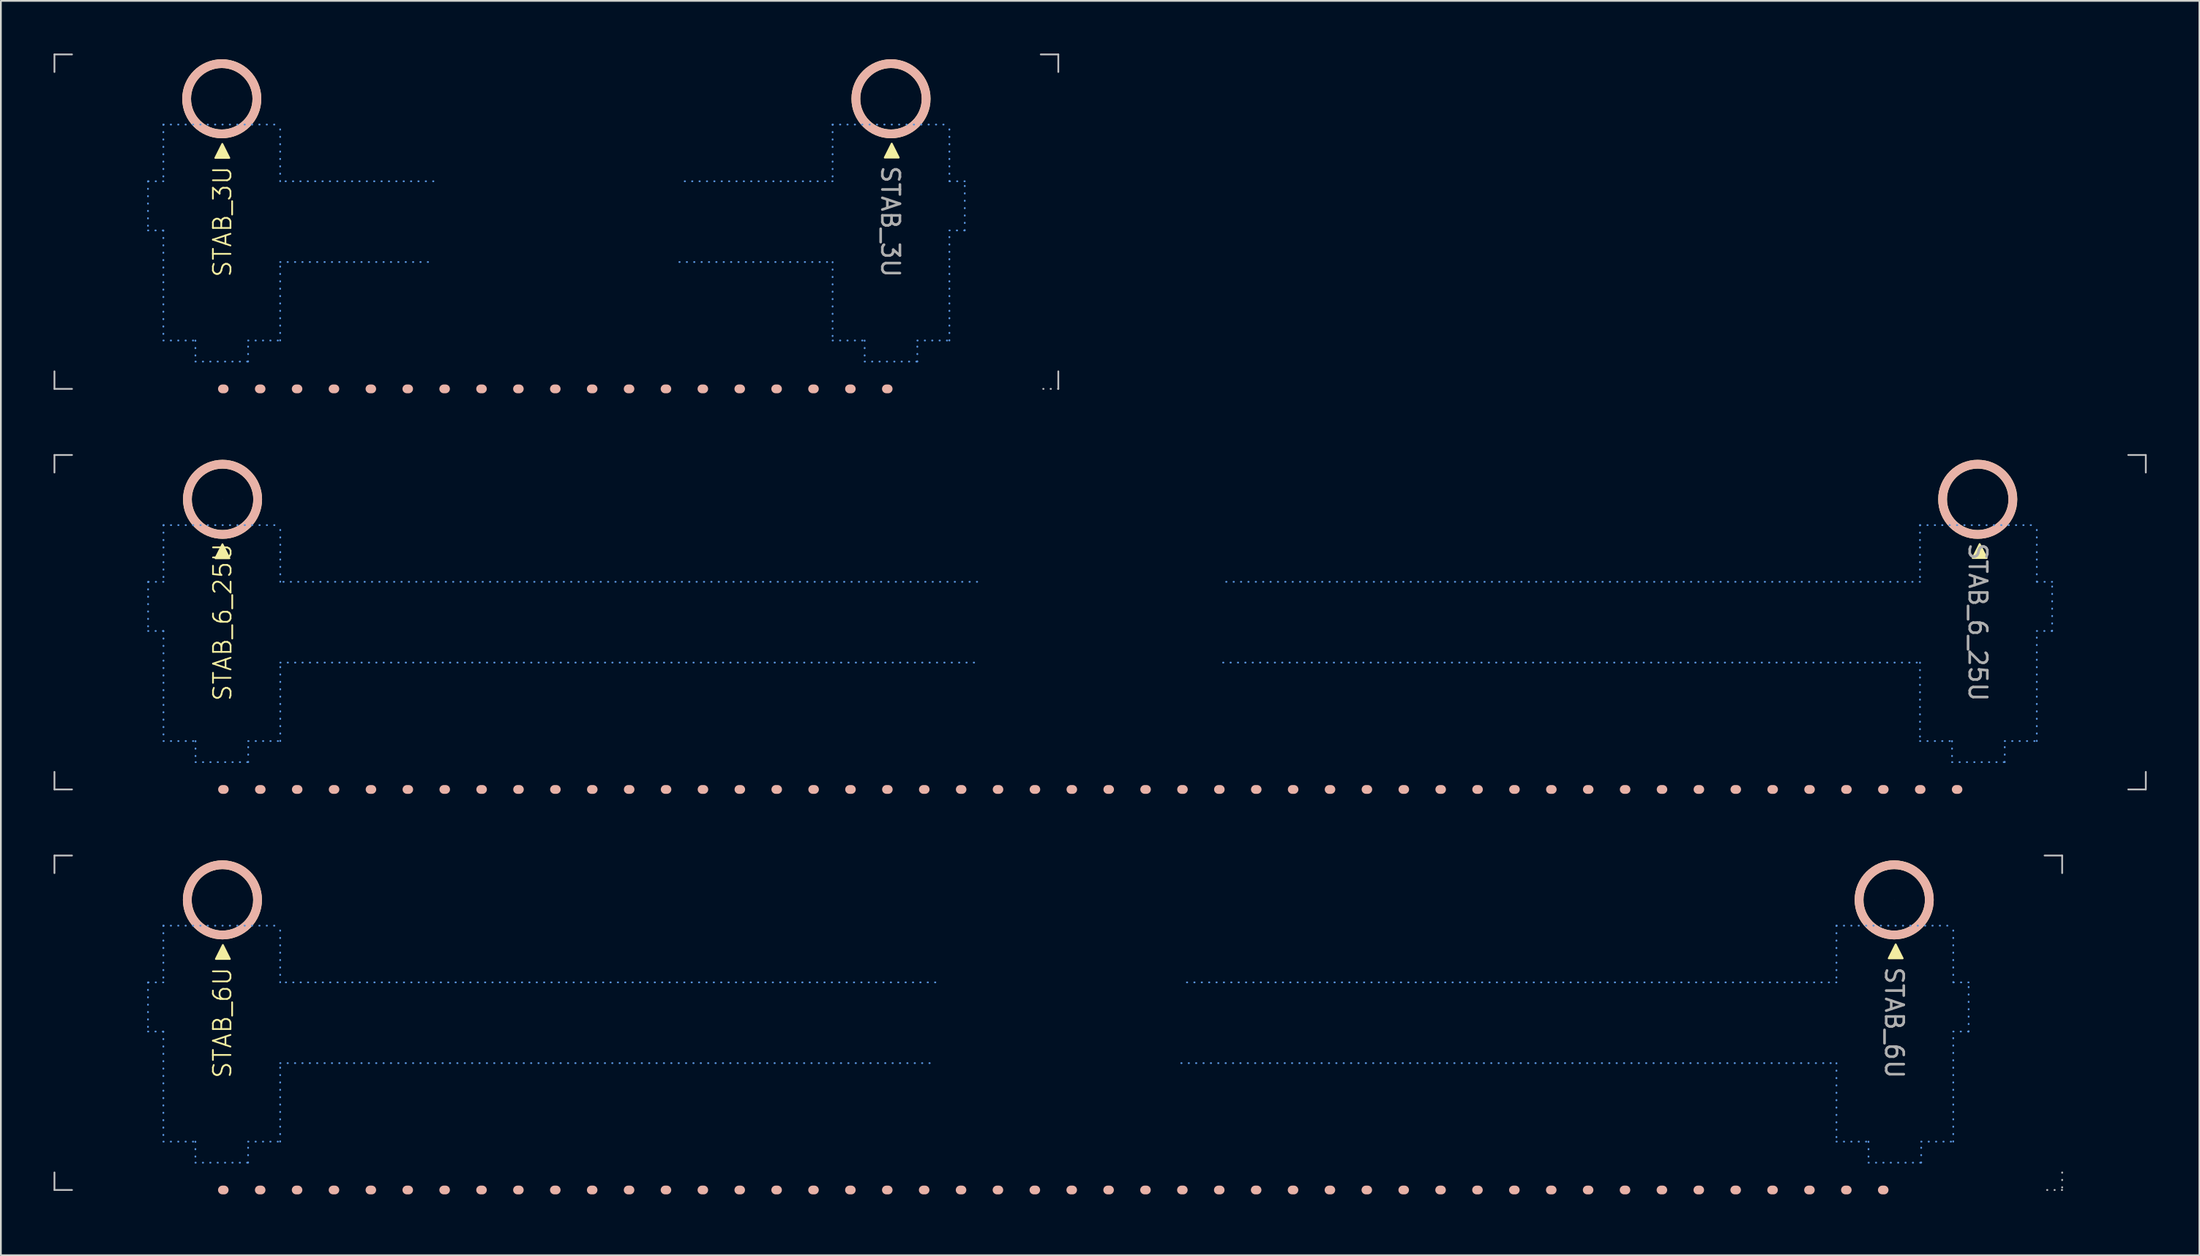
<source format=kicad_pcb>
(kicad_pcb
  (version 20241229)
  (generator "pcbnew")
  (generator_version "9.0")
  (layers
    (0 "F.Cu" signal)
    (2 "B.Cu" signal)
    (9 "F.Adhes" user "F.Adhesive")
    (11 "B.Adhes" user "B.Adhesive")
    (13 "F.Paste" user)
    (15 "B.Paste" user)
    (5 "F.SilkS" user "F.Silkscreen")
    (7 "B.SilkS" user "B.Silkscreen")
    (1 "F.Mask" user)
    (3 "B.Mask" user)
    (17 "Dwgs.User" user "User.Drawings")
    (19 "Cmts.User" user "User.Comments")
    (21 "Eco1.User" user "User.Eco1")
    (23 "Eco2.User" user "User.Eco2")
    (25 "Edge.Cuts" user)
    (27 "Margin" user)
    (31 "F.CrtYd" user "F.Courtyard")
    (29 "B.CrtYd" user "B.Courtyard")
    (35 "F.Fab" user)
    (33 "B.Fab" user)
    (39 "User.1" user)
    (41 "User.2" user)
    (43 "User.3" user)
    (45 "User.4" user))
  (footprint "STAB_3U"
    (layer "F.Cu")
    (at 28.625 9.575)
    (property "Reference" "STAB_3U" (at -19.012 0 90) (unlocked yes) (layer "F.SilkS") (effects (font (size 1 1) (thickness 0.1))))
    (attr through_hole)
    (fp_circle (center -19.05 -7) (end -17.05 -7) (stroke (width 0.5) (type solid)) (fill no) (layer "F.SilkS"))
    (fp_circle (center 19.05 -7) (end 21.05 -7) (stroke (width 0.5) (type solid)) (fill no) (layer "F.SilkS"))
    (fp_poly (pts (xy -19.019 -4.43) (xy -19.419 -3.63) (xy -18.619 -3.63)) (stroke (width 0.1) (type solid)) (fill yes) (layer "F.SilkS"))
    (fp_poly (pts (xy 19.092 -4.448) (xy 18.692 -3.648) (xy 19.492 -3.648)) (stroke (width 0.1) (type solid)) (fill yes) (layer "F.SilkS"))
    (fp_line (start -19.012 9.525) (end 19.012 9.525) (stroke (width 0.5) (type dot)) (layer "B.SilkS"))
    (fp_circle (center -19.05 -7) (end -17.05 -7) (stroke (width 0.5) (type solid)) (fill no) (layer "B.SilkS"))
    (fp_circle (center 19.05 -7) (end 21.05 -7) (stroke (width 0.5) (type solid)) (fill no) (layer "B.SilkS"))
    (fp_line (start -28.575 -9.525) (end -28.575 -8.525) (stroke (width 0.1) (type solid)) (layer "Dwgs.User"))
    (fp_line (start -28.575 8.525) (end -28.575 9.525) (stroke (width 0.1) (type solid)) (layer "Dwgs.User"))
    (fp_line (start -28.575 9.525) (end -27.575 9.525) (stroke (width 0.1) (type solid)) (layer "Dwgs.User"))
    (fp_line (start -27.575 -9.525) (end -28.575 -9.525) (stroke (width 0.1) (type solid)) (layer "Dwgs.User"))
    (fp_line (start 27.575 -9.525) (end 28.575 -9.525) (stroke (width 0.1) (type solid)) (layer "Dwgs.User"))
    (fp_line (start 28.575 -9.525) (end 28.575 -8.525) (stroke (width 0.1) (type solid)) (layer "Dwgs.User"))
    (fp_line (start 28.575 8.525) (end 28.575 9.525) (stroke (width 0.1) (type solid)) (layer "Dwgs.User"))
    (fp_line (start 28.575 9.525) (end 27.575 9.525) (stroke (width 0.1) (type dot)) (layer "Dwgs.User"))
    (fp_line (start -23.25 -2.3) (end -23.25 0.5) (stroke (width 0.1) (type dot)) (layer "Cmts.User"))
    (fp_line (start -23.25 0.5) (end -22.375 0.5) (stroke (width 0.1) (type dot)) (layer "Cmts.User"))
    (fp_line (start -22.375 -5.53) (end -22.375 -2.3) (stroke (width 0.1) (type dot)) (layer "Cmts.User"))
    (fp_line (start -22.375 -5.53) (end -15.725 -5.53) (stroke (width 0.1) (type dot)) (layer "Cmts.User"))
    (fp_line (start -22.375 -2.3) (end -23.25 -2.3) (stroke (width 0.1) (type dot)) (layer "Cmts.User"))
    (fp_line (start -22.375 0.5) (end -22.375 6.77) (stroke (width 0.1) (type dot)) (layer "Cmts.User"))
    (fp_line (start -22.375 6.77) (end -20.55 6.77) (stroke (width 0.1) (type dot)) (layer "Cmts.User"))
    (fp_line (start -20.55 6.77) (end -20.55 7.97) (stroke (width 0.1) (type dot)) (layer "Cmts.User"))
    (fp_line (start -20.55 7.97) (end -17.55 7.97) (stroke (width 0.1) (type dot)) (layer "Cmts.User"))
    (fp_line (start -17.55 6.77) (end -15.725 6.77) (stroke (width 0.1) (type dot)) (layer "Cmts.User"))
    (fp_line (start -17.55 7.97) (end -17.55 6.77) (stroke (width 0.1) (type dot)) (layer "Cmts.User"))
    (fp_line (start -15.725 -2.3) (end -15.725 -5.53) (stroke (width 0.1) (type dot)) (layer "Cmts.User"))
    (fp_line (start -15.725 2.3) (end -7 2.3) (stroke (width 0.1) (type dot)) (layer "Cmts.User"))
    (fp_line (start -15.725 6.77) (end -15.725 2.3) (stroke (width 0.1) (type dot)) (layer "Cmts.User"))
    (fp_line (start -7 -2.3) (end -15.725 -2.3) (stroke (width 0.1) (type dot)) (layer "Cmts.User"))
    (fp_line (start 7 2.3) (end 15.725 2.3) (stroke (width 0.1) (type dot)) (layer "Cmts.User"))
    (fp_line (start 15.725 -5.53) (end 15.725 -2.3) (stroke (width 0.1) (type dot)) (layer "Cmts.User"))
    (fp_line (start 15.725 -5.53) (end 22.375 -5.53) (stroke (width 0.1) (type dot)) (layer "Cmts.User"))
    (fp_line (start 15.725 -2.3) (end 7 -2.3) (stroke (width 0.1) (type dot)) (layer "Cmts.User"))
    (fp_line (start 15.725 2.3) (end 15.725 6.77) (stroke (width 0.1) (type dot)) (layer "Cmts.User"))
    (fp_line (start 15.725 6.77) (end 17.55 6.77) (stroke (width 0.1) (type dot)) (layer "Cmts.User"))
    (fp_line (start 17.55 6.77) (end 17.55 7.97) (stroke (width 0.1) (type dot)) (layer "Cmts.User"))
    (fp_line (start 17.55 7.97) (end 20.55 7.97) (stroke (width 0.1) (type dot)) (layer "Cmts.User"))
    (fp_line (start 20.55 6.77) (end 22.375 6.77) (stroke (width 0.1) (type dot)) (layer "Cmts.User"))
    (fp_line (start 20.55 7.97) (end 20.55 6.77) (stroke (width 0.1) (type dot)) (layer "Cmts.User"))
    (fp_line (start 22.375 -2.3) (end 22.375 -5.53) (stroke (width 0.1) (type dot)) (layer "Cmts.User"))
    (fp_line (start 22.375 0.5) (end 23.25 0.5) (stroke (width 0.1) (type dot)) (layer "Cmts.User"))
    (fp_line (start 22.375 6.77) (end 22.375 0.5) (stroke (width 0.1) (type dot)) (layer "Cmts.User"))
    (fp_line (start 23.25 -2.3) (end 22.375 -2.3) (stroke (width 0.1) (type dot)) (layer "Cmts.User"))
    (fp_line (start 23.25 0.5) (end 23.25 -2.3) (stroke (width 0.1) (type dot)) (layer "Cmts.User"))
    (fp_text user "${REFERENCE}" (at 19.012 0 270) (unlocked yes) (layer "F.Fab") (effects (font (size 1 1) (thickness 0.15))))
    (pad "" np_thru_hole circle (at -19.05 -7) (size 0.01 0.01) (drill 3.05) (layers "*.Cu" "*.Mask"))
    (pad "" np_thru_hole circle (at -19.05 8.24) (size 0.01 0.01) (drill 4) (layers "*.Cu" "*.Mask"))
    (pad "" np_thru_hole circle (at 19.05 -7) (size 0.01 0.01) (drill 3.05) (layers "*.Cu" "*.Mask"))
    (pad "" np_thru_hole circle (at 19.05 8.24) (size 0.01 0.01) (drill 4) (layers "*.Cu" "*.Mask")))
  (footprint "STAB_6U"
    (layer "F.Cu")
    (at 57.2 55.205)
    (property "Reference" "STAB_6U" (at -47.587 0 90) (unlocked yes) (layer "F.SilkS") (effects (font (size 1 1) (thickness 0.1))))
    (attr through_hole)
    (fp_circle (center -47.587 -7) (end -45.587 -7) (stroke (width 0.5) (type solid)) (fill no) (layer "F.SilkS"))
    (fp_circle (center 47.587 -7) (end 49.587 -7) (stroke (width 0.5) (type solid)) (fill no) (layer "F.SilkS"))
    (fp_poly (pts (xy -47.562 -4.433) (xy -47.962 -3.633) (xy -47.162 -3.633)) (stroke (width 0.1) (type solid)) (fill yes) (layer "F.SilkS"))
    (fp_poly (pts (xy 47.673 -4.468) (xy 47.273 -3.668) (xy 48.073 -3.668)) (stroke (width 0.1) (type solid)) (fill yes) (layer "F.SilkS"))
    (fp_line (start -47.587 9.525) (end 47.587 9.525) (stroke (width 0.5) (type dot)) (layer "B.SilkS"))
    (fp_circle (center -47.587 -7) (end -45.587 -7) (stroke (width 0.5) (type solid)) (fill no) (layer "B.SilkS"))
    (fp_circle (center 47.587 -7) (end 49.587 -7) (stroke (width 0.5) (type solid)) (fill no) (layer "B.SilkS"))
    (fp_line (start -57.15 -9.525) (end -57.15 -8.525) (stroke (width 0.1) (type solid)) (layer "Dwgs.User"))
    (fp_line (start -57.15 8.525) (end -57.15 9.525) (stroke (width 0.1) (type solid)) (layer "Dwgs.User"))
    (fp_line (start -57.15 9.525) (end -56.15 9.525) (stroke (width 0.1) (type solid)) (layer "Dwgs.User"))
    (fp_line (start -56.15 -9.525) (end -57.15 -9.525) (stroke (width 0.1) (type solid)) (layer "Dwgs.User"))
    (fp_line (start 56.15 -9.525) (end 57.15 -9.525) (stroke (width 0.1) (type solid)) (layer "Dwgs.User"))
    (fp_line (start 57.15 -9.525) (end 57.15 -8.525) (stroke (width 0.1) (type solid)) (layer "Dwgs.User"))
    (fp_line (start 57.15 8.525) (end 57.15 9.525) (stroke (width 0.1) (type dot)) (layer "Dwgs.User"))
    (fp_line (start 57.15 9.525) (end 56.15 9.525) (stroke (width 0.1) (type dot)) (layer "Dwgs.User"))
    (fp_line (start -51.825 -2.3) (end -51.825 0.5) (stroke (width 0.1) (type dot)) (layer "Cmts.User"))
    (fp_line (start -51.825 0.5) (end -50.95 0.5) (stroke (width 0.1) (type dot)) (layer "Cmts.User"))
    (fp_line (start -50.95 -5.53) (end -50.95 -2.3) (stroke (width 0.1) (type dot)) (layer "Cmts.User"))
    (fp_line (start -50.95 -5.53) (end -44.3 -5.53) (stroke (width 0.1) (type dot)) (layer "Cmts.User"))
    (fp_line (start -50.95 -2.3) (end -51.825 -2.3) (stroke (width 0.1) (type dot)) (layer "Cmts.User"))
    (fp_line (start -50.95 0.5) (end -50.95 6.77) (stroke (width 0.1) (type dot)) (layer "Cmts.User"))
    (fp_line (start -50.95 6.77) (end -49.125 6.77) (stroke (width 0.1) (type dot)) (layer "Cmts.User"))
    (fp_line (start -49.125 6.77) (end -49.125 7.97) (stroke (width 0.1) (type dot)) (layer "Cmts.User"))
    (fp_line (start -49.125 7.97) (end -46.125 7.97) (stroke (width 0.1) (type dot)) (layer "Cmts.User"))
    (fp_line (start -46.125 6.77) (end -44.3 6.77) (stroke (width 0.1) (type dot)) (layer "Cmts.User"))
    (fp_line (start -46.125 7.97) (end -46.125 6.77) (stroke (width 0.1) (type dot)) (layer "Cmts.User"))
    (fp_line (start -44.3 -2.3) (end -44.3 -5.53) (stroke (width 0.1) (type dot)) (layer "Cmts.User"))
    (fp_line (start -44.3 2.3) (end -7 2.3) (stroke (width 0.1) (type dot)) (layer "Cmts.User"))
    (fp_line (start -44.3 6.77) (end -44.3 2.3) (stroke (width 0.1) (type dot)) (layer "Cmts.User"))
    (fp_line (start -7 -2.3) (end -44.3 -2.3) (stroke (width 0.1) (type dot)) (layer "Cmts.User"))
    (fp_line (start 7 2.3) (end 44.3 2.3) (stroke (width 0.1) (type dot)) (layer "Cmts.User"))
    (fp_line (start 44.3 -5.53) (end 44.3 -2.3) (stroke (width 0.1) (type dot)) (layer "Cmts.User"))
    (fp_line (start 44.3 -5.53) (end 50.95 -5.53) (stroke (width 0.1) (type dot)) (layer "Cmts.User"))
    (fp_line (start 44.3 -2.3) (end 7 -2.3) (stroke (width 0.1) (type dot)) (layer "Cmts.User"))
    (fp_line (start 44.3 2.3) (end 44.3 6.77) (stroke (width 0.1) (type dot)) (layer "Cmts.User"))
    (fp_line (start 44.3 6.77) (end 46.125 6.77) (stroke (width 0.1) (type dot)) (layer "Cmts.User"))
    (fp_line (start 46.125 6.77) (end 46.125 7.97) (stroke (width 0.1) (type dot)) (layer "Cmts.User"))
    (fp_line (start 46.125 7.97) (end 49.125 7.97) (stroke (width 0.1) (type dot)) (layer "Cmts.User"))
    (fp_line (start 49.125 6.77) (end 50.95 6.77) (stroke (width 0.1) (type dot)) (layer "Cmts.User"))
    (fp_line (start 49.125 7.97) (end 49.125 6.77) (stroke (width 0.1) (type dot)) (layer "Cmts.User"))
    (fp_line (start 50.95 -2.3) (end 50.95 -5.53) (stroke (width 0.1) (type dot)) (layer "Cmts.User"))
    (fp_line (start 50.95 0.5) (end 51.825 0.5) (stroke (width 0.1) (type dot)) (layer "Cmts.User"))
    (fp_line (start 50.95 6.77) (end 50.95 0.5) (stroke (width 0.1) (type dot)) (layer "Cmts.User"))
    (fp_line (start 51.825 -2.3) (end 50.95 -2.3) (stroke (width 0.1) (type dot)) (layer "Cmts.User"))
    (fp_line (start 51.825 0.5) (end 51.825 -2.3) (stroke (width 0.1) (type dot)) (layer "Cmts.User"))
    (fp_text user "${REFERENCE}" (at 47.587 0 270) (unlocked yes) (layer "F.Fab") (effects (font (size 1 1) (thickness 0.15))))
    (pad "" np_thru_hole circle (at -47.587 -7) (size 0.01 0.01) (drill 3.05) (layers "*.Cu" "*.Mask"))
    (pad "" np_thru_hole circle (at -47.587 8.24) (size 0.01 0.01) (drill 4) (layers "*.Cu" "*.Mask"))
    (pad "" np_thru_hole circle (at 47.587 -7) (size 0.01 0.01) (drill 3.05) (layers "*.Cu" "*.Mask"))
    (pad "" np_thru_hole circle (at 47.587 8.24) (size 0.01 0.01) (drill 4) (layers "*.Cu" "*.Mask")))
  (footprint "STAB_6_25U"
    (layer "F.Cu")
    (at 59.581 32.39)
    (property "Reference" "STAB_6_25U" (at -49.962 0 90) (unlocked yes) (layer "F.SilkS") (effects (font (size 1 1) (thickness 0.1))))
    (attr through_hole)
    (fp_circle (center -49.962 -7) (end -47.962 -7) (stroke (width 0.5) (type solid)) (fill no) (layer "F.SilkS"))
    (fp_circle (center 49.962 -7) (end 51.962 -7) (stroke (width 0.5) (type solid)) (fill no) (layer "F.SilkS"))
    (fp_poly (pts (xy -49.967 -4.442) (xy -50.367 -3.642) (xy -49.567 -3.642)) (stroke (width 0.1) (type solid)) (fill yes) (layer "F.SilkS"))
    (fp_poly (pts (xy 50.073 -4.454) (xy 49.673 -3.654) (xy 50.473 -3.654)) (stroke (width 0.1) (type solid)) (fill yes) (layer "F.SilkS"))
    (fp_line (start -49.962 9.525) (end 49.962 9.525) (stroke (width 0.5) (type dot)) (layer "B.SilkS"))
    (fp_circle (center -49.962 -7) (end -47.962 -7) (stroke (width 0.5) (type solid)) (fill no) (layer "B.SilkS"))
    (fp_circle (center 49.962 -7) (end 51.962 -7) (stroke (width 0.5) (type solid)) (fill no) (layer "B.SilkS"))
    (fp_line (start -59.531 -9.525) (end -59.531 -8.525) (stroke (width 0.1) (type solid)) (layer "Dwgs.User"))
    (fp_line (start -59.531 8.525) (end -59.531 9.525) (stroke (width 0.1) (type solid)) (layer "Dwgs.User"))
    (fp_line (start -59.531 9.525) (end -58.531 9.525) (stroke (width 0.1) (type solid)) (layer "Dwgs.User"))
    (fp_line (start -58.531 -9.525) (end -59.531 -9.525) (stroke (width 0.1) (type solid)) (layer "Dwgs.User"))
    (fp_line (start 58.531 -9.525) (end 59.531 -9.525) (stroke (width 0.1) (type solid)) (layer "Dwgs.User"))
    (fp_line (start 59.531 -9.525) (end 59.531 -8.525) (stroke (width 0.1) (type solid)) (layer "Dwgs.User"))
    (fp_line (start 59.531 8.525) (end 59.531 9.525) (stroke (width 0.1) (type solid)) (layer "Dwgs.User"))
    (fp_line (start 59.531 9.525) (end 58.531 9.525) (stroke (width 0.1) (type solid)) (layer "Dwgs.User"))
    (fp_line (start -54.2 -2.3) (end -54.2 0.5) (stroke (width 0.1) (type dot)) (layer "Cmts.User"))
    (fp_line (start -54.2 0.5) (end -53.325 0.5) (stroke (width 0.1) (type dot)) (layer "Cmts.User"))
    (fp_line (start -53.325 -5.53) (end -53.325 -2.3) (stroke (width 0.1) (type dot)) (layer "Cmts.User"))
    (fp_line (start -53.325 -5.53) (end -46.675 -5.53) (stroke (width 0.1) (type dot)) (layer "Cmts.User"))
    (fp_line (start -53.325 -2.3) (end -54.2 -2.3) (stroke (width 0.1) (type dot)) (layer "Cmts.User"))
    (fp_line (start -53.325 0.5) (end -53.325 6.77) (stroke (width 0.1) (type dot)) (layer "Cmts.User"))
    (fp_line (start -53.325 6.77) (end -51.5 6.77) (stroke (width 0.1) (type dot)) (layer "Cmts.User"))
    (fp_line (start -51.5 6.77) (end -51.5 7.97) (stroke (width 0.1) (type dot)) (layer "Cmts.User"))
    (fp_line (start -51.5 7.97) (end -48.5 7.97) (stroke (width 0.1) (type dot)) (layer "Cmts.User"))
    (fp_line (start -48.5 6.77) (end -46.675 6.77) (stroke (width 0.1) (type dot)) (layer "Cmts.User"))
    (fp_line (start -48.5 7.97) (end -48.5 6.77) (stroke (width 0.1) (type dot)) (layer "Cmts.User"))
    (fp_line (start -46.675 -2.3) (end -46.675 -5.53) (stroke (width 0.1) (type dot)) (layer "Cmts.User"))
    (fp_line (start -46.675 2.3) (end -7 2.3) (stroke (width 0.1) (type dot)) (layer "Cmts.User"))
    (fp_line (start -46.675 6.77) (end -46.675 2.3) (stroke (width 0.1) (type dot)) (layer "Cmts.User"))
    (fp_line (start -7 -2.3) (end -46.675 -2.3) (stroke (width 0.1) (type dot)) (layer "Cmts.User"))
    (fp_line (start 7 2.3) (end 46.675 2.3) (stroke (width 0.1) (type dot)) (layer "Cmts.User"))
    (fp_line (start 46.675 -5.53) (end 46.675 -2.3) (stroke (width 0.1) (type dot)) (layer "Cmts.User"))
    (fp_line (start 46.675 -5.53) (end 53.325 -5.53) (stroke (width 0.1) (type dot)) (layer "Cmts.User"))
    (fp_line (start 46.675 -2.3) (end 7 -2.3) (stroke (width 0.1) (type dot)) (layer "Cmts.User"))
    (fp_line (start 46.675 2.3) (end 46.675 6.77) (stroke (width 0.1) (type dot)) (layer "Cmts.User"))
    (fp_line (start 46.675 6.77) (end 48.5 6.77) (stroke (width 0.1) (type dot)) (layer "Cmts.User"))
    (fp_line (start 48.5 6.77) (end 48.5 7.97) (stroke (width 0.1) (type dot)) (layer "Cmts.User"))
    (fp_line (start 48.5 7.97) (end 51.5 7.97) (stroke (width 0.1) (type dot)) (layer "Cmts.User"))
    (fp_line (start 51.5 6.77) (end 53.325 6.77) (stroke (width 0.1) (type dot)) (layer "Cmts.User"))
    (fp_line (start 51.5 7.97) (end 51.5 6.77) (stroke (width 0.1) (type dot)) (layer "Cmts.User"))
    (fp_line (start 53.325 -2.3) (end 53.325 -5.53) (stroke (width 0.1) (type dot)) (layer "Cmts.User"))
    (fp_line (start 53.325 0.5) (end 54.2 0.5) (stroke (width 0.1) (type dot)) (layer "Cmts.User"))
    (fp_line (start 53.325 6.77) (end 53.325 0.5) (stroke (width 0.1) (type dot)) (layer "Cmts.User"))
    (fp_line (start 54.2 -2.3) (end 53.325 -2.3) (stroke (width 0.1) (type dot)) (layer "Cmts.User"))
    (fp_line (start 54.2 0.5) (end 54.2 -2.3) (stroke (width 0.1) (type dot)) (layer "Cmts.User"))
    (fp_text user "${REFERENCE}" (at 49.962 0 270) (unlocked yes) (layer "F.Fab") (effects (font (size 1 1) (thickness 0.15))))
    (pad "" np_thru_hole circle (at -49.962 -7) (size 0.01 0.01) (drill 3.05) (layers "*.Cu" "*.Mask"))
    (pad "" np_thru_hole circle (at -49.962 8.24) (size 0.01 0.01) (drill 4) (layers "*.Cu" "*.Mask"))
    (pad "" np_thru_hole circle (at 49.962 -7) (size 0.01 0.01) (drill 3.05) (layers "*.Cu" "*.Mask"))
    (pad "" np_thru_hole circle (at 49.962 8.24) (size 0.01 0.01) (drill 4) (layers "*.Cu" "*.Mask")))
  (gr_rect
    (start -3 -3)
    (end 122.162 68.445)
    (stroke (width 0.1) (type default))
    (fill no)
    (layer "Edge.Cuts")))
</source>
